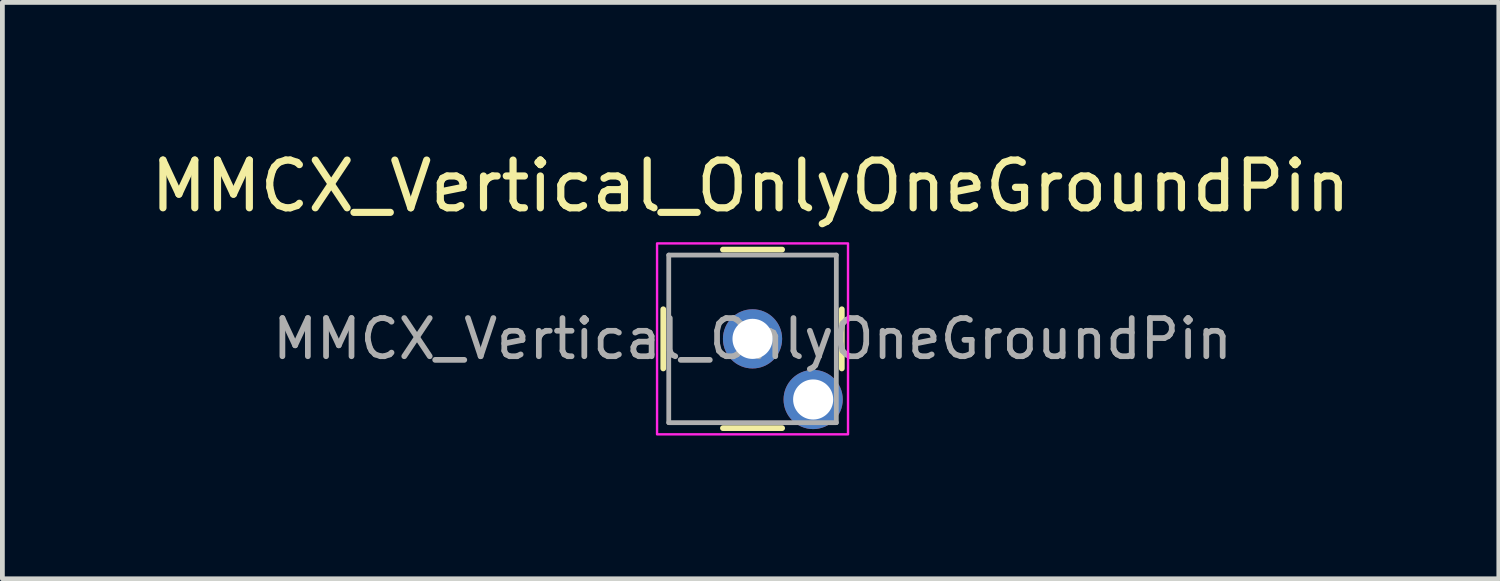
<source format=kicad_pcb>
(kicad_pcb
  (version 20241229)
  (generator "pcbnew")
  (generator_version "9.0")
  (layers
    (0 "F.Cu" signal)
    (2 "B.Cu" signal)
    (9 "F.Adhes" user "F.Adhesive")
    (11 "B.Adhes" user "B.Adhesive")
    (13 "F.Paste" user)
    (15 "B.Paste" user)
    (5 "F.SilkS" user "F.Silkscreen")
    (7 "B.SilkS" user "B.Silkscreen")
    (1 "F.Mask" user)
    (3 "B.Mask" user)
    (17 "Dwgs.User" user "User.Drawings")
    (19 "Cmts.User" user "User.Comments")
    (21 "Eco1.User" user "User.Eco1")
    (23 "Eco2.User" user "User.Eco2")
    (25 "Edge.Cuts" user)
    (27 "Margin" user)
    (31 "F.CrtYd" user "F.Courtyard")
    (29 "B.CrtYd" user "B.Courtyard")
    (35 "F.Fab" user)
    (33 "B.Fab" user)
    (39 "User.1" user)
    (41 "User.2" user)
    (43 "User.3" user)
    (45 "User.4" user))
  (footprint "MMCX_Vertical_OnlyOneGroundPin"
    (layer "F.Cu")
    (at 12.713 4.048)
    (property "Reference" "MMCX_Vertical_OnlyOneGroundPin" (at -0.04 -3.2 0) (layer "F.SilkS") (effects (font (size 1 1) (thickness 0.15))))
    (attr through_hole)
    (fp_line (start -1.87 0.62) (end -1.87 -0.62) (stroke (width 0.12) (type solid)) (layer "F.SilkS"))
    (fp_line (start 0.62 -1.87) (end -0.62 -1.87) (stroke (width 0.12) (type solid)) (layer "F.SilkS"))
    (fp_line (start 0.62 1.87) (end -0.62 1.87) (stroke (width 0.12) (type solid)) (layer "F.SilkS"))
    (fp_line (start 1.87 0.62) (end 1.87 -0.62) (stroke (width 0.12) (type solid)) (layer "F.SilkS"))
    (fp_rect (start -2 -2) (end 2 2) (stroke (width 0.05) (type default)) (fill no) (layer "F.CrtYd"))
    (fp_line (start -1.755 -1.755) (end -1.755 1.755) (stroke (width 0.1) (type solid)) (layer "F.Fab"))
    (fp_line (start -1.755 -1.755) (end 1.755 -1.755) (stroke (width 0.1) (type solid)) (layer "F.Fab"))
    (fp_line (start -1.755 1.755) (end 1.755 1.755) (stroke (width 0.1) (type solid)) (layer "F.Fab"))
    (fp_line (start 1.755 -1.755) (end 1.755 1.755) (stroke (width 0.1) (type solid)) (layer "F.Fab"))
    (fp_text user "${REFERENCE}" (at 0 0 0) (layer "F.Fab") (effects (font (size 0.8 0.8) (thickness 0.12))))
    (pad "1" thru_hole circle (at 0 0) (size 1.24 1.24) (drill 0.84) (layers "*.Cu" "*.Mask"))
    (pad "2" thru_hole circle (at 1.27 1.27) (size 1.24 1.24) (drill 0.84) (layers "*.Cu" "*.Mask")))
  (gr_rect
    (start -3 -3)
    (end 28.345 9.073)
    (stroke (width 0.1) (type default))
    (fill no)
    (layer "Edge.Cuts")))
</source>
